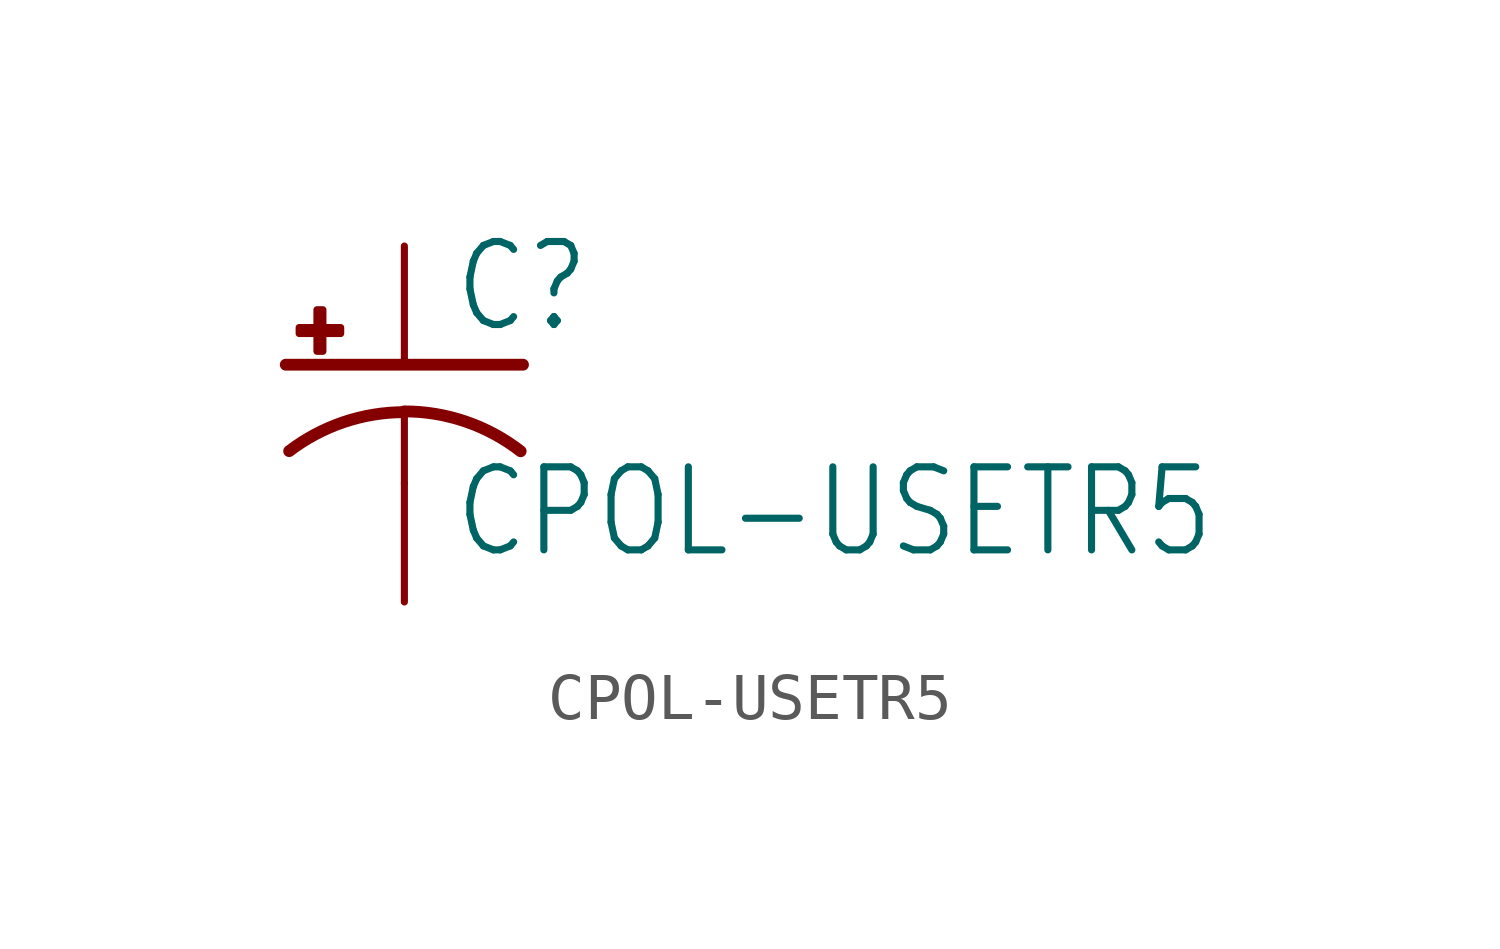
<source format=kicad_sym>
(kicad_symbol_lib
  (version 20220331)
  (generator kicad_symbol_editor)
  (symbol "CPOL-USETR5"
    (property "Reference" "C"
      (at 1.016 0.635 0)
      (effects (font (size 1.778 1.511)) (justify left bottom)))
    (property "Value" "CPOL-USETR5"
      (at 1.016 -4.191 0)
      (effects (font (size 1.778 1.511)) (justify left bottom)))
    (property "ki_locked" ""
      (at 0 0 0)
      (effects (font (size 1.27 1.27))))
    (symbol "CPOL-USETR5_1_0"
      (rectangle (start -2.253 0.668) (end -1.364 0.795) (stroke (width 0) (type default)) (fill (type outline)))
      (rectangle (start -1.872 0.287) (end -1.745 1.176) (stroke (width 0) (type default)) (fill (type outline)))
      (arc (start 0 -1.0161) (mid -1.3021 -1.2302) (end -2.4669 -1.8504) (stroke (width 0.254) (type solid)) (fill (type none)))
      (polyline (pts (xy -2.54 0) (xy 2.54 0)) (stroke (width 0.254) (type solid)) (fill (type none)))
      (polyline (pts (xy 0 -1.016) (xy 0 -2.54)) (stroke (width 0.152) (type solid)) (fill (type none)))
      (arc (start 2.4892 -1.8542) (mid 1.3158 -1.2195) (end 0 -1) (stroke (width 0.254) (type solid)) (fill (type none)))
      (pin passive line (at 0 2.54 270) (length 2.54) (name "+" (effects (font (size 0 0)))) (number "+" (effects (font (size 0 0)))))
      (pin passive line (at 0 -5.08 90) (length 2.54) (name "-" (effects (font (size 0 0)))) (number "-" (effects (font (size 0 0))))))))
</source>
